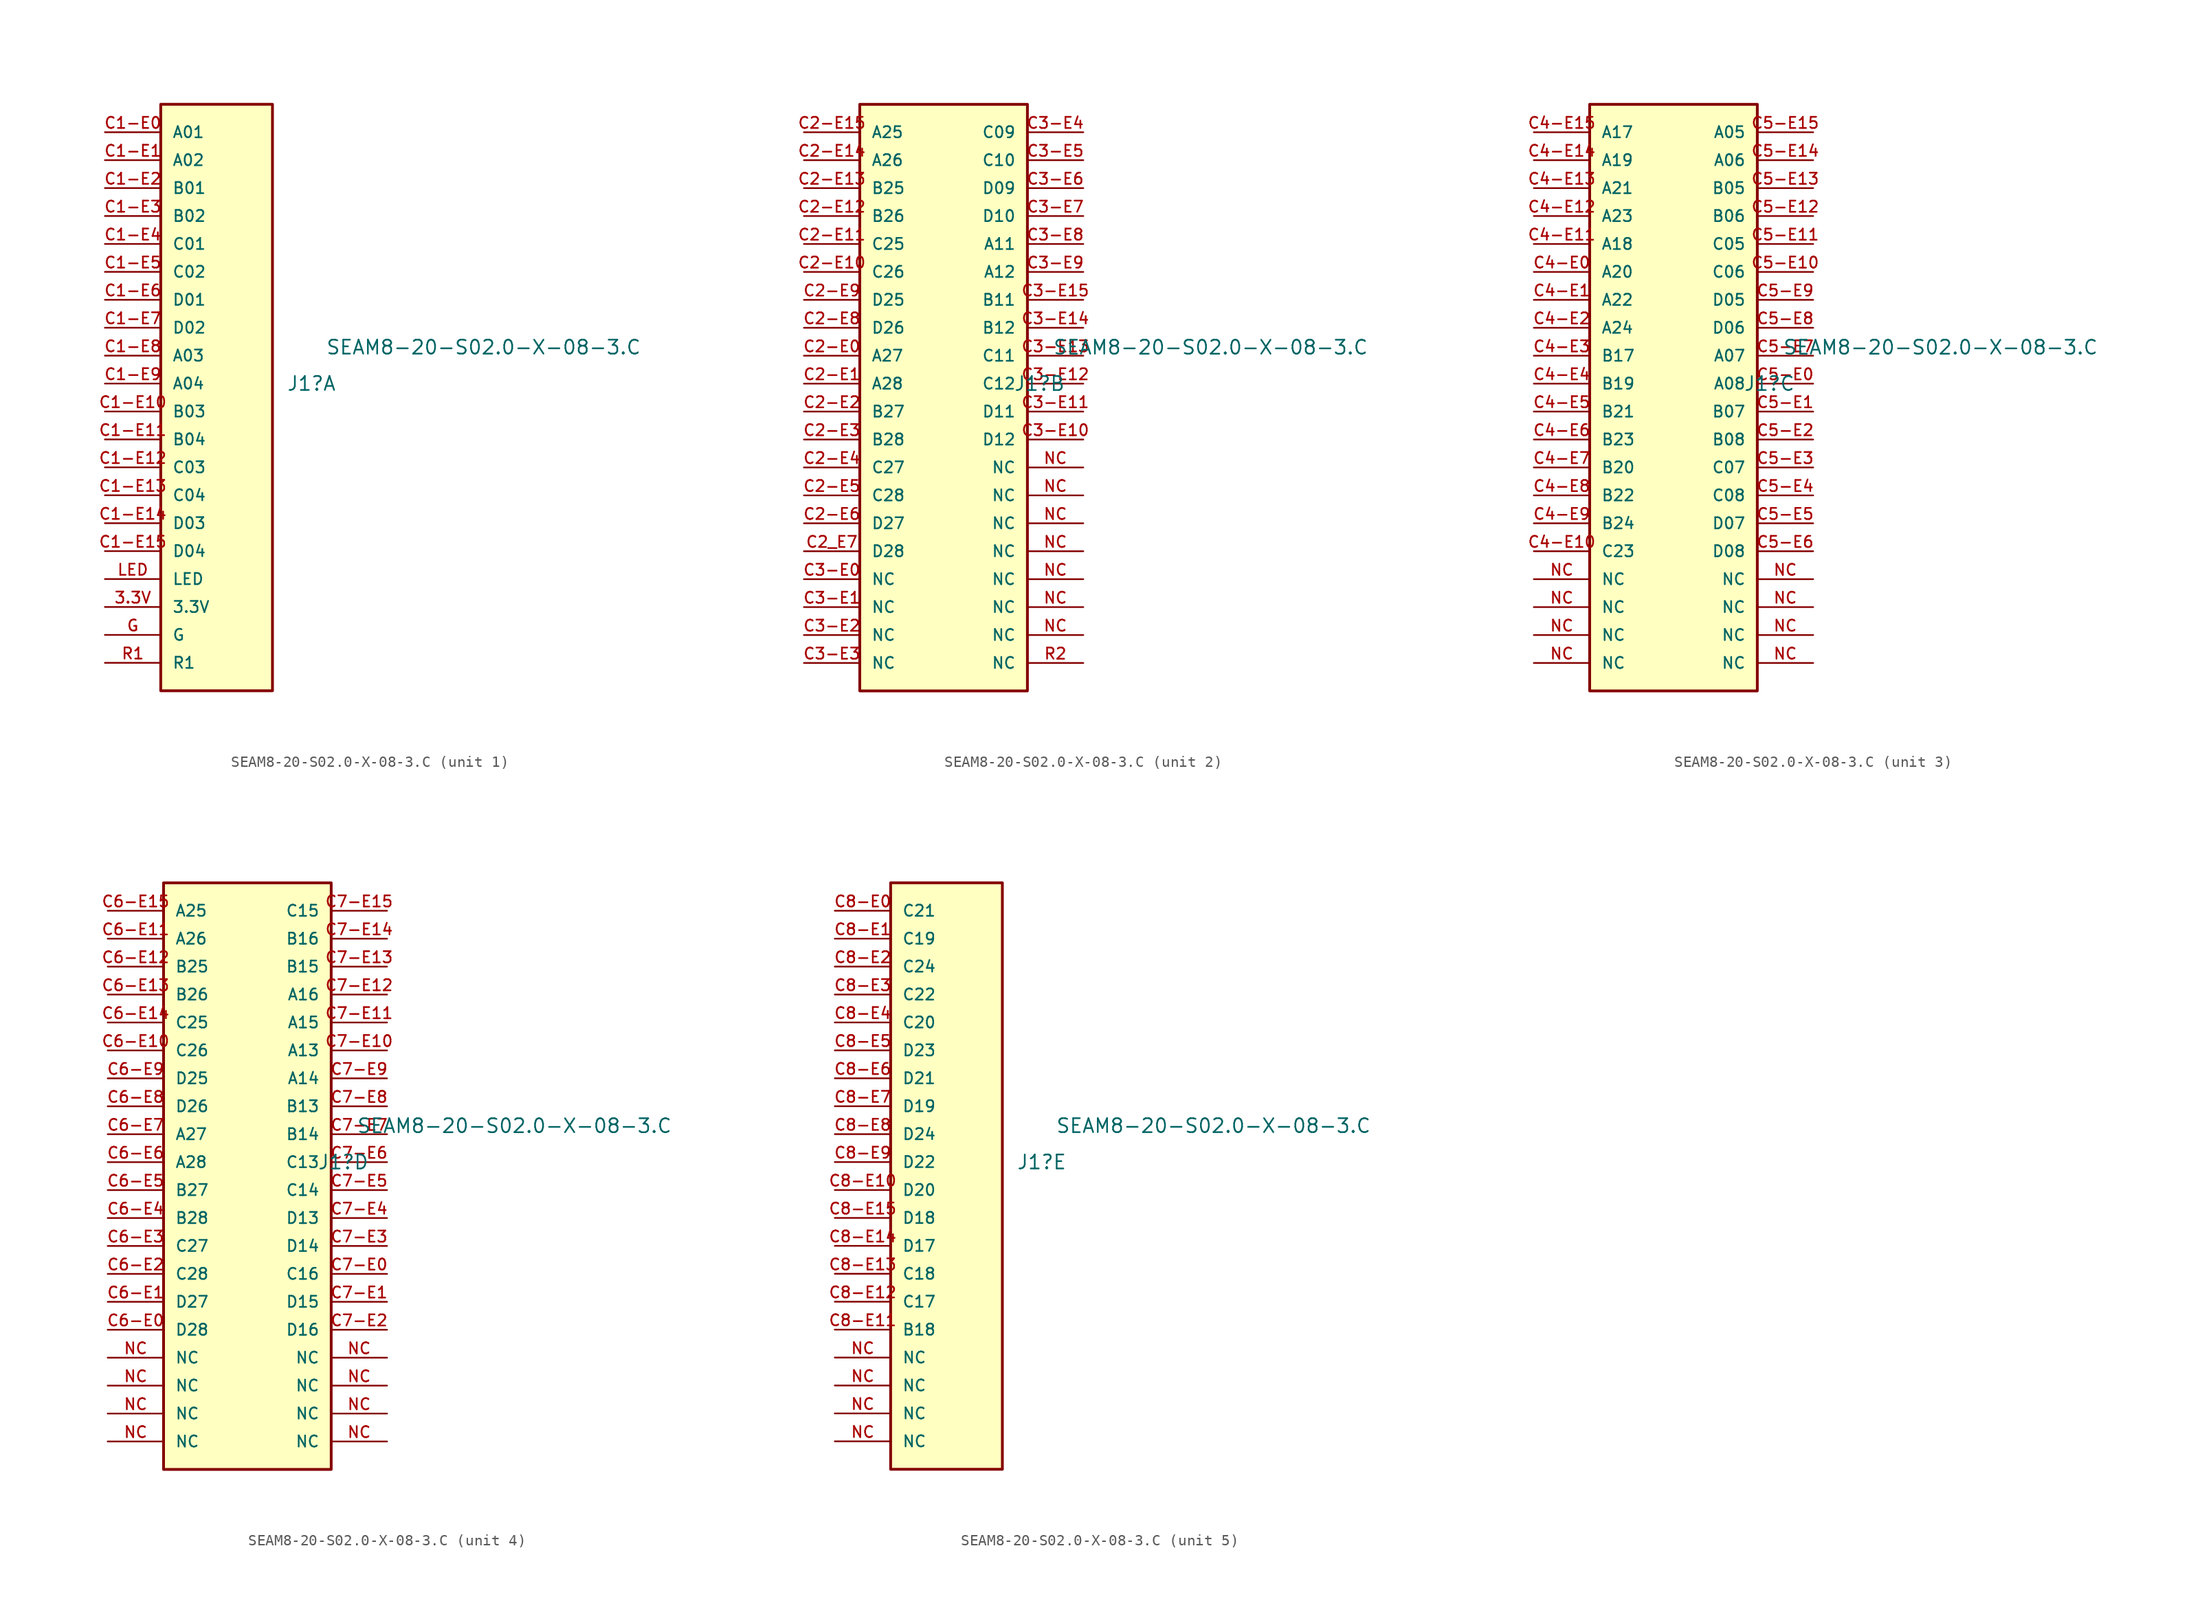
<source format=kicad_sym>
(kicad_symbol_lib
  (version 20241209)
  (generator "kicad_symbol_editor")
  (generator_version "9.0")
  (symbol "SEAM8-20-S02.0-X-08-3.C"
    (pin_names
      (offset 1.016))
    (property "Reference" "J1"
      (at 6.35 2.54 0)
      (effects (font (size 1.27 1.27)) (justify left)))
    (property "Value" "SEAM8-20-S02.0-X-08-3.C"
      (at 9.906 5.842 0)
      (effects (font (size 1.27 1.27)) (justify left)))
    (symbol "SEAM8-20-S02.0-X-08-3.C_1_0"
      (rectangle (start -5.08 27.94) (end 5.08 -25.4) (stroke (width 0.254) (type default)) (fill (type background)))
      (pin passive line (at -10.16 25.4 0) (length 5.08) (name "A01" (effects (font (size 1.016 1.016)))) (number "C1-E0" (effects (font (size 1.016 1.016)))))
      (pin passive line (at -10.16 22.86 0) (length 5.08) (name "A02" (effects (font (size 1.016 1.016)))) (number "C1-E1" (effects (font (size 1.016 1.016)))))
      (pin passive line (at -10.16 20.32 0) (length 5.08) (name "B01" (effects (font (size 1.016 1.016)))) (number "C1-E2" (effects (font (size 1.016 1.016)))))
      (pin passive line (at -10.16 17.78 0) (length 5.08) (name "B02" (effects (font (size 1.016 1.016)))) (number "C1-E3" (effects (font (size 1.016 1.016)))))
      (pin passive line (at -10.16 15.24 0) (length 5.08) (name "C01" (effects (font (size 1.016 1.016)))) (number "C1-E4" (effects (font (size 1.016 1.016)))))
      (pin passive line (at -10.16 12.7 0) (length 5.08) (name "C02" (effects (font (size 1.016 1.016)))) (number "C1-E5" (effects (font (size 1.016 1.016)))))
      (pin passive line (at -10.16 10.16 0) (length 5.08) (name "D01" (effects (font (size 1.016 1.016)))) (number "C1-E6" (effects (font (size 1.016 1.016)))))
      (pin passive line (at -10.16 7.62 0) (length 5.08) (name "D02" (effects (font (size 1.016 1.016)))) (number "C1-E7" (effects (font (size 1.016 1.016)))))
      (pin passive line (at -10.16 5.08 0) (length 5.08) (name "A03" (effects (font (size 1.016 1.016)))) (number "C1-E8" (effects (font (size 1.016 1.016)))))
      (pin passive line (at -10.16 2.54 0) (length 5.08) (name "A04" (effects (font (size 1.016 1.016)))) (number "C1-E9" (effects (font (size 1.016 1.016)))))
      (pin passive line (at -10.16 0 0) (length 5.08) (name "B03" (effects (font (size 1.016 1.016)))) (number "C1-E10" (effects (font (size 1.016 1.016)))))
      (pin passive line (at -10.16 -2.54 0) (length 5.08) (name "B04" (effects (font (size 1.016 1.016)))) (number "C1-E11" (effects (font (size 1.016 1.016)))))
      (pin passive line (at -10.16 -5.08 0) (length 5.08) (name "C03" (effects (font (size 1.016 1.016)))) (number "C1-E12" (effects (font (size 1.016 1.016)))))
      (pin passive line (at -10.16 -7.62 0) (length 5.08) (name "C04" (effects (font (size 1.016 1.016)))) (number "C1-E13" (effects (font (size 1.016 1.016)))))
      (pin passive line (at -10.16 -10.16 0) (length 5.08) (name "D03" (effects (font (size 1.016 1.016)))) (number "C1-E14" (effects (font (size 1.016 1.016)))))
      (pin passive line (at -10.16 -12.7 0) (length 5.08) (name "D04" (effects (font (size 1.016 1.016)))) (number "C1-E15" (effects (font (size 1.016 1.016)))))
      (pin passive line (at -10.16 -15.24 0) (length 5.08) (name "LED" (effects (font (size 1.016 1.016)))) (number "LED" (effects (font (size 1.016 1.016)))))
      (pin passive line (at -10.16 -17.78 0) (length 5.08) (name "3.3V" (effects (font (size 1.016 1.016)))) (number "3.3V" (effects (font (size 1.016 1.016)))))
      (pin passive line (at -10.16 -20.32 0) (length 5.08) (name "G" (effects (font (size 1.016 1.016)))) (number "G" (effects (font (size 1.016 1.016)))))
      (pin passive line (at -10.16 -22.86 0) (length 5.08) (name "R1" (effects (font (size 1.016 1.016)))) (number "R1" (effects (font (size 1.016 1.016))))))
    (symbol "SEAM8-20-S02.0-X-08-3.C_2_0"
      (rectangle (start -7.62 27.94) (end 7.62 -25.4) (stroke (width 0.254) (type default)) (fill (type background)))
      (pin passive line (at -12.7 25.4 0) (length 5.08) (name "A25" (effects (font (size 1.016 1.016)))) (number "C2-E15" (effects (font (size 1.016 1.016)))))
      (pin passive line (at -12.7 22.86 0) (length 5.08) (name "A26" (effects (font (size 1.016 1.016)))) (number "C2-E14" (effects (font (size 1.016 1.016)))))
      (pin passive line (at -12.7 20.32 0) (length 5.08) (name "B25" (effects (font (size 1.016 1.016)))) (number "C2-E13" (effects (font (size 1.016 1.016)))))
      (pin passive line (at -12.7 17.78 0) (length 5.08) (name "B26" (effects (font (size 1.016 1.016)))) (number "C2-E12" (effects (font (size 1.016 1.016)))))
      (pin passive line (at -12.7 15.24 0) (length 5.08) (name "C25" (effects (font (size 1.016 1.016)))) (number "C2-E11" (effects (font (size 1.016 1.016)))))
      (pin passive line (at -12.7 12.7 0) (length 5.08) (name "C26" (effects (font (size 1.016 1.016)))) (number "C2-E10" (effects (font (size 1.016 1.016)))))
      (pin passive line (at -12.7 10.16 0) (length 5.08) (name "D25" (effects (font (size 1.016 1.016)))) (number "C2-E9" (effects (font (size 1.016 1.016)))))
      (pin passive line (at -12.7 7.62 0) (length 5.08) (name "D26" (effects (font (size 1.016 1.016)))) (number "C2-E8" (effects (font (size 1.016 1.016)))))
      (pin passive line (at -12.7 5.08 0) (length 5.08) (name "A27" (effects (font (size 1.016 1.016)))) (number "C2-E0" (effects (font (size 1.016 1.016)))))
      (pin passive line (at -12.7 2.54 0) (length 5.08) (name "A28" (effects (font (size 1.016 1.016)))) (number "C2-E1" (effects (font (size 1.016 1.016)))))
      (pin passive line (at -12.7 0 0) (length 5.08) (name "B27" (effects (font (size 1.016 1.016)))) (number "C2-E2" (effects (font (size 1.016 1.016)))))
      (pin passive line (at -12.7 -2.54 0) (length 5.08) (name "B28" (effects (font (size 1.016 1.016)))) (number "C2-E3" (effects (font (size 1.016 1.016)))))
      (pin passive line (at -12.7 -5.08 0) (length 5.08) (name "C27" (effects (font (size 1.016 1.016)))) (number "C2-E4" (effects (font (size 1.016 1.016)))))
      (pin passive line (at -12.7 -7.62 0) (length 5.08) (name "C28" (effects (font (size 1.016 1.016)))) (number "C2-E5" (effects (font (size 1.016 1.016)))))
      (pin passive line (at -12.7 -10.16 0) (length 5.08) (name "D27" (effects (font (size 1.016 1.016)))) (number "C2-E6" (effects (font (size 1.016 1.016)))))
      (pin passive line (at -12.7 -12.7 0) (length 5.08) (name "D28" (effects (font (size 1.016 1.016)))) (number "C2_E7" (effects (font (size 1.016 1.016)))))
      (pin passive line (at -12.7 -15.24 0) (length 5.08) (name "NC" (effects (font (size 1.016 1.016)))) (number "C3-E0" (effects (font (size 1.016 1.016)))))
      (pin passive line (at -12.7 -17.78 0) (length 5.08) (name "NC" (effects (font (size 1.016 1.016)))) (number "C3-E1" (effects (font (size 1.016 1.016)))))
      (pin passive line (at -12.7 -20.32 0) (length 5.08) (name "NC" (effects (font (size 1.016 1.016)))) (number "C3-E2" (effects (font (size 1.016 1.016)))))
      (pin passive line (at -12.7 -22.86 0) (length 5.08) (name "NC" (effects (font (size 1.016 1.016)))) (number "C3-E3" (effects (font (size 1.016 1.016)))))
      (pin passive line (at 12.7 25.4 180) (length 5.08) (name "C09" (effects (font (size 1.016 1.016)))) (number "C3-E4" (effects (font (size 1.016 1.016)))))
      (pin passive line (at 12.7 22.86 180) (length 5.08) (name "C10" (effects (font (size 1.016 1.016)))) (number "C3-E5" (effects (font (size 1.016 1.016)))))
      (pin passive line (at 12.7 20.32 180) (length 5.08) (name "D09" (effects (font (size 1.016 1.016)))) (number "C3-E6" (effects (font (size 1.016 1.016)))))
      (pin passive line (at 12.7 17.78 180) (length 5.08) (name "D10" (effects (font (size 1.016 1.016)))) (number "C3-E7" (effects (font (size 1.016 1.016)))))
      (pin passive line (at 12.7 15.24 180) (length 5.08) (name "A11" (effects (font (size 1.016 1.016)))) (number "C3-E8" (effects (font (size 1.016 1.016)))))
      (pin passive line (at 12.7 12.7 180) (length 5.08) (name "A12" (effects (font (size 1.016 1.016)))) (number "C3-E9" (effects (font (size 1.016 1.016)))))
      (pin passive line (at 12.7 10.16 180) (length 5.08) (name "B11" (effects (font (size 1.016 1.016)))) (number "C3-E15" (effects (font (size 1.016 1.016)))))
      (pin passive line (at 12.7 7.62 180) (length 5.08) (name "B12" (effects (font (size 1.016 1.016)))) (number "C3-E14" (effects (font (size 1.016 1.016)))))
      (pin passive line (at 12.7 5.08 180) (length 5.08) (name "C11" (effects (font (size 1.016 1.016)))) (number "C3-E13" (effects (font (size 1.016 1.016)))))
      (pin passive line (at 12.7 2.54 180) (length 5.08) (name "C12" (effects (font (size 1.016 1.016)))) (number "C3-E12" (effects (font (size 1.016 1.016)))))
      (pin passive line (at 12.7 0 180) (length 5.08) (name "D11" (effects (font (size 1.016 1.016)))) (number "C3-E11" (effects (font (size 1.016 1.016)))))
      (pin passive line (at 12.7 -2.54 180) (length 5.08) (name "D12" (effects (font (size 1.016 1.016)))) (number "C3-E10" (effects (font (size 1.016 1.016)))))
      (pin passive line (at 12.7 -5.08 180) (length 5.08) (name "NC" (effects (font (size 1.016 1.016)))) (number "NC" (effects (font (size 1.016 1.016)))))
      (pin passive line (at 12.7 -7.62 180) (length 5.08) (name "NC" (effects (font (size 1.016 1.016)))) (number "NC" (effects (font (size 1.016 1.016)))))
      (pin passive line (at 12.7 -10.16 180) (length 5.08) (name "NC" (effects (font (size 1.016 1.016)))) (number "NC" (effects (font (size 1.016 1.016)))))
      (pin passive line (at 12.7 -12.7 180) (length 5.08) (name "NC" (effects (font (size 1.016 1.016)))) (number "NC" (effects (font (size 1.016 1.016)))))
      (pin passive line (at 12.7 -15.24 180) (length 5.08) (name "NC" (effects (font (size 1.016 1.016)))) (number "NC" (effects (font (size 1.016 1.016)))))
      (pin passive line (at 12.7 -17.78 180) (length 5.08) (name "NC" (effects (font (size 1.016 1.016)))) (number "NC" (effects (font (size 1.016 1.016)))))
      (pin passive line (at 12.7 -20.32 180) (length 5.08) (name "NC" (effects (font (size 1.016 1.016)))) (number "NC" (effects (font (size 1.016 1.016)))))
      (pin passive line (at 12.7 -22.86 180) (length 5.08) (name "NC" (effects (font (size 1.016 1.016)))) (number "R2" (effects (font (size 1.016 1.016))))))
    (symbol "SEAM8-20-S02.0-X-08-3.C_3_0"
      (rectangle (start -7.62 27.94) (end 7.62 -25.4) (stroke (width 0.254) (type default)) (fill (type background)))
      (pin passive line (at -12.7 25.4 0) (length 5.08) (name "A17" (effects (font (size 1.016 1.016)))) (number "C4-E15" (effects (font (size 1.016 1.016)))))
      (pin passive line (at -12.7 22.86 0) (length 5.08) (name "A19" (effects (font (size 1.016 1.016)))) (number "C4-E14" (effects (font (size 1.016 1.016)))))
      (pin passive line (at -12.7 20.32 0) (length 5.08) (name "A21" (effects (font (size 1.016 1.016)))) (number "C4-E13" (effects (font (size 1.016 1.016)))))
      (pin passive line (at -12.7 17.78 0) (length 5.08) (name "A23" (effects (font (size 1.016 1.016)))) (number "C4-E12" (effects (font (size 1.016 1.016)))))
      (pin passive line (at -12.7 15.24 0) (length 5.08) (name "A18" (effects (font (size 1.016 1.016)))) (number "C4-E11" (effects (font (size 1.016 1.016)))))
      (pin passive line (at -12.7 12.7 0) (length 5.08) (name "A20" (effects (font (size 1.016 1.016)))) (number "C4-E0" (effects (font (size 1.016 1.016)))))
      (pin passive line (at -12.7 10.16 0) (length 5.08) (name "A22" (effects (font (size 1.016 1.016)))) (number "C4-E1" (effects (font (size 1.016 1.016)))))
      (pin passive line (at -12.7 7.62 0) (length 5.08) (name "A24" (effects (font (size 1.016 1.016)))) (number "C4-E2" (effects (font (size 1.016 1.016)))))
      (pin passive line (at -12.7 5.08 0) (length 5.08) (name "B17" (effects (font (size 1.016 1.016)))) (number "C4-E3" (effects (font (size 1.016 1.016)))))
      (pin passive line (at -12.7 2.54 0) (length 5.08) (name "B19" (effects (font (size 1.016 1.016)))) (number "C4-E4" (effects (font (size 1.016 1.016)))))
      (pin passive line (at -12.7 0 0) (length 5.08) (name "B21" (effects (font (size 1.016 1.016)))) (number "C4-E5" (effects (font (size 1.016 1.016)))))
      (pin passive line (at -12.7 -2.54 0) (length 5.08) (name "B23" (effects (font (size 1.016 1.016)))) (number "C4-E6" (effects (font (size 1.016 1.016)))))
      (pin passive line (at -12.7 -5.08 0) (length 5.08) (name "B20" (effects (font (size 1.016 1.016)))) (number "C4-E7" (effects (font (size 1.016 1.016)))))
      (pin passive line (at -12.7 -7.62 0) (length 5.08) (name "B22" (effects (font (size 1.016 1.016)))) (number "C4-E8" (effects (font (size 1.016 1.016)))))
      (pin passive line (at -12.7 -10.16 0) (length 5.08) (name "B24" (effects (font (size 1.016 1.016)))) (number "C4-E9" (effects (font (size 1.016 1.016)))))
      (pin passive line (at -12.7 -12.7 0) (length 5.08) (name "C23" (effects (font (size 1.016 1.016)))) (number "C4-E10" (effects (font (size 1.016 1.016)))))
      (pin passive line (at -12.7 -15.24 0) (length 5.08) (name "NC" (effects (font (size 1.016 1.016)))) (number "NC" (effects (font (size 1.016 1.016)))))
      (pin passive line (at -12.7 -17.78 0) (length 5.08) (name "NC" (effects (font (size 1.016 1.016)))) (number "NC" (effects (font (size 1.016 1.016)))))
      (pin passive line (at -12.7 -20.32 0) (length 5.08) (name "NC" (effects (font (size 1.016 1.016)))) (number "NC" (effects (font (size 1.016 1.016)))))
      (pin passive line (at -12.7 -22.86 0) (length 5.08) (name "NC" (effects (font (size 1.016 1.016)))) (number "NC" (effects (font (size 1.016 1.016)))))
      (pin passive line (at 12.7 25.4 180) (length 5.08) (name "A05" (effects (font (size 1.016 1.016)))) (number "C5-E15" (effects (font (size 1.016 1.016)))))
      (pin passive line (at 12.7 22.86 180) (length 5.08) (name "A06" (effects (font (size 1.016 1.016)))) (number "C5-E14" (effects (font (size 1.016 1.016)))))
      (pin passive line (at 12.7 20.32 180) (length 5.08) (name "B05" (effects (font (size 1.016 1.016)))) (number "C5-E13" (effects (font (size 1.016 1.016)))))
      (pin passive line (at 12.7 17.78 180) (length 5.08) (name "B06" (effects (font (size 1.016 1.016)))) (number "C5-E12" (effects (font (size 1.016 1.016)))))
      (pin passive line (at 12.7 15.24 180) (length 5.08) (name "C05" (effects (font (size 1.016 1.016)))) (number "C5-E11" (effects (font (size 1.016 1.016)))))
      (pin passive line (at 12.7 12.7 180) (length 5.08) (name "C06" (effects (font (size 1.016 1.016)))) (number "C5-E10" (effects (font (size 1.016 1.016)))))
      (pin passive line (at 12.7 10.16 180) (length 5.08) (name "D05" (effects (font (size 1.016 1.016)))) (number "C5-E9" (effects (font (size 1.016 1.016)))))
      (pin passive line (at 12.7 7.62 180) (length 5.08) (name "D06" (effects (font (size 1.016 1.016)))) (number "C5-E8" (effects (font (size 1.016 1.016)))))
      (pin passive line (at 12.7 5.08 180) (length 5.08) (name "A07" (effects (font (size 1.016 1.016)))) (number "C5-E7" (effects (font (size 1.016 1.016)))))
      (pin passive line (at 12.7 2.54 180) (length 5.08) (name "A08" (effects (font (size 1.016 1.016)))) (number "C5-E0" (effects (font (size 1.016 1.016)))))
      (pin passive line (at 12.7 0 180) (length 5.08) (name "B07" (effects (font (size 1.016 1.016)))) (number "C5-E1" (effects (font (size 1.016 1.016)))))
      (pin passive line (at 12.7 -2.54 180) (length 5.08) (name "B08" (effects (font (size 1.016 1.016)))) (number "C5-E2" (effects (font (size 1.016 1.016)))))
      (pin passive line (at 12.7 -5.08 180) (length 5.08) (name "C07" (effects (font (size 1.016 1.016)))) (number "C5-E3" (effects (font (size 1.016 1.016)))))
      (pin passive line (at 12.7 -7.62 180) (length 5.08) (name "C08" (effects (font (size 1.016 1.016)))) (number "C5-E4" (effects (font (size 1.016 1.016)))))
      (pin passive line (at 12.7 -10.16 180) (length 5.08) (name "D07" (effects (font (size 1.016 1.016)))) (number "C5-E5" (effects (font (size 1.016 1.016)))))
      (pin passive line (at 12.7 -12.7 180) (length 5.08) (name "D08" (effects (font (size 1.016 1.016)))) (number "C5-E6" (effects (font (size 1.016 1.016)))))
      (pin passive line (at 12.7 -15.24 180) (length 5.08) (name "NC" (effects (font (size 1.016 1.016)))) (number "NC" (effects (font (size 1.016 1.016)))))
      (pin passive line (at 12.7 -17.78 180) (length 5.08) (name "NC" (effects (font (size 1.016 1.016)))) (number "NC" (effects (font (size 1.016 1.016)))))
      (pin passive line (at 12.7 -20.32 180) (length 5.08) (name "NC" (effects (font (size 1.016 1.016)))) (number "NC" (effects (font (size 1.016 1.016)))))
      (pin passive line (at 12.7 -22.86 180) (length 5.08) (name "NC" (effects (font (size 1.016 1.016)))) (number "NC" (effects (font (size 1.016 1.016))))))
    (symbol "SEAM8-20-S02.0-X-08-3.C_4_0"
      (rectangle (start -7.62 27.94) (end 7.62 -25.4) (stroke (width 0.254) (type default)) (fill (type background)))
      (pin passive line (at -12.7 25.4 0) (length 5.08) (name "A25" (effects (font (size 1.016 1.016)))) (number "C6-E15" (effects (font (size 1.016 1.016)))))
      (pin passive line (at -12.7 22.86 0) (length 5.08) (name "A26" (effects (font (size 1.016 1.016)))) (number "C6-E11" (effects (font (size 1.016 1.016)))))
      (pin passive line (at -12.7 20.32 0) (length 5.08) (name "B25" (effects (font (size 1.016 1.016)))) (number "C6-E12" (effects (font (size 1.016 1.016)))))
      (pin passive line (at -12.7 17.78 0) (length 5.08) (name "B26" (effects (font (size 1.016 1.016)))) (number "C6-E13" (effects (font (size 1.016 1.016)))))
      (pin passive line (at -12.7 15.24 0) (length 5.08) (name "C25" (effects (font (size 1.016 1.016)))) (number "C6-E14" (effects (font (size 1.016 1.016)))))
      (pin passive line (at -12.7 12.7 0) (length 5.08) (name "C26" (effects (font (size 1.016 1.016)))) (number "C6-E10" (effects (font (size 1.016 1.016)))))
      (pin passive line (at -12.7 10.16 0) (length 5.08) (name "D25" (effects (font (size 1.016 1.016)))) (number "C6-E9" (effects (font (size 1.016 1.016)))))
      (pin passive line (at -12.7 7.62 0) (length 5.08) (name "D26" (effects (font (size 1.016 1.016)))) (number "C6-E8" (effects (font (size 1.016 1.016)))))
      (pin passive line (at -12.7 5.08 0) (length 5.08) (name "A27" (effects (font (size 1.016 1.016)))) (number "C6-E7" (effects (font (size 1.016 1.016)))))
      (pin passive line (at -12.7 2.54 0) (length 5.08) (name "A28" (effects (font (size 1.016 1.016)))) (number "C6-E6" (effects (font (size 1.016 1.016)))))
      (pin passive line (at -12.7 0 0) (length 5.08) (name "B27" (effects (font (size 1.016 1.016)))) (number "C6-E5" (effects (font (size 1.016 1.016)))))
      (pin passive line (at -12.7 -2.54 0) (length 5.08) (name "B28" (effects (font (size 1.016 1.016)))) (number "C6-E4" (effects (font (size 1.016 1.016)))))
      (pin passive line (at -12.7 -5.08 0) (length 5.08) (name "C27" (effects (font (size 1.016 1.016)))) (number "C6-E3" (effects (font (size 1.016 1.016)))))
      (pin passive line (at -12.7 -7.62 0) (length 5.08) (name "C28" (effects (font (size 1.016 1.016)))) (number "C6-E2" (effects (font (size 1.016 1.016)))))
      (pin passive line (at -12.7 -10.16 0) (length 5.08) (name "D27" (effects (font (size 1.016 1.016)))) (number "C6-E1" (effects (font (size 1.016 1.016)))))
      (pin passive line (at -12.7 -12.7 0) (length 5.08) (name "D28" (effects (font (size 1.016 1.016)))) (number "C6-E0" (effects (font (size 1.016 1.016)))))
      (pin passive line (at -12.7 -15.24 0) (length 5.08) (name "NC" (effects (font (size 1.016 1.016)))) (number "NC" (effects (font (size 1.016 1.016)))))
      (pin passive line (at -12.7 -17.78 0) (length 5.08) (name "NC" (effects (font (size 1.016 1.016)))) (number "NC" (effects (font (size 1.016 1.016)))))
      (pin passive line (at -12.7 -20.32 0) (length 5.08) (name "NC" (effects (font (size 1.016 1.016)))) (number "NC" (effects (font (size 1.016 1.016)))))
      (pin passive line (at -12.7 -22.86 0) (length 5.08) (name "NC" (effects (font (size 1.016 1.016)))) (number "NC" (effects (font (size 1.016 1.016)))))
      (pin passive line (at 12.7 25.4 180) (length 5.08) (name "C15" (effects (font (size 1.016 1.016)))) (number "C7-E15" (effects (font (size 1.016 1.016)))))
      (pin passive line (at 12.7 22.86 180) (length 5.08) (name "B16" (effects (font (size 1.016 1.016)))) (number "C7-E14" (effects (font (size 1.016 1.016)))))
      (pin passive line (at 12.7 20.32 180) (length 5.08) (name "B15" (effects (font (size 1.016 1.016)))) (number "C7-E13" (effects (font (size 1.016 1.016)))))
      (pin passive line (at 12.7 17.78 180) (length 5.08) (name "A16" (effects (font (size 1.016 1.016)))) (number "C7-E12" (effects (font (size 1.016 1.016)))))
      (pin passive line (at 12.7 15.24 180) (length 5.08) (name "A15" (effects (font (size 1.016 1.016)))) (number "C7-E11" (effects (font (size 1.016 1.016)))))
      (pin passive line (at 12.7 12.7 180) (length 5.08) (name "A13" (effects (font (size 1.016 1.016)))) (number "C7-E10" (effects (font (size 1.016 1.016)))))
      (pin passive line (at 12.7 10.16 180) (length 5.08) (name "A14" (effects (font (size 1.016 1.016)))) (number "C7-E9" (effects (font (size 1.016 1.016)))))
      (pin passive line (at 12.7 7.62 180) (length 5.08) (name "B13" (effects (font (size 1.016 1.016)))) (number "C7-E8" (effects (font (size 1.016 1.016)))))
      (pin passive line (at 12.7 5.08 180) (length 5.08) (name "B14" (effects (font (size 1.016 1.016)))) (number "C7-E7" (effects (font (size 1.016 1.016)))))
      (pin passive line (at 12.7 2.54 180) (length 5.08) (name "C13" (effects (font (size 1.016 1.016)))) (number "C7-E6" (effects (font (size 1.016 1.016)))))
      (pin passive line (at 12.7 0 180) (length 5.08) (name "C14" (effects (font (size 1.016 1.016)))) (number "C7-E5" (effects (font (size 1.016 1.016)))))
      (pin passive line (at 12.7 -2.54 180) (length 5.08) (name "D13" (effects (font (size 1.016 1.016)))) (number "C7-E4" (effects (font (size 1.016 1.016)))))
      (pin passive line (at 12.7 -5.08 180) (length 5.08) (name "D14" (effects (font (size 1.016 1.016)))) (number "C7-E3" (effects (font (size 1.016 1.016)))))
      (pin passive line (at 12.7 -7.62 180) (length 5.08) (name "C16" (effects (font (size 1.016 1.016)))) (number "C7-E0" (effects (font (size 1.016 1.016)))))
      (pin passive line (at 12.7 -10.16 180) (length 5.08) (name "D15" (effects (font (size 1.016 1.016)))) (number "C7-E1" (effects (font (size 1.016 1.016)))))
      (pin passive line (at 12.7 -12.7 180) (length 5.08) (name "D16" (effects (font (size 1.016 1.016)))) (number "C7-E2" (effects (font (size 1.016 1.016)))))
      (pin passive line (at 12.7 -15.24 180) (length 5.08) (name "NC" (effects (font (size 1.016 1.016)))) (number "NC" (effects (font (size 1.016 1.016)))))
      (pin passive line (at 12.7 -17.78 180) (length 5.08) (name "NC" (effects (font (size 1.016 1.016)))) (number "NC" (effects (font (size 1.016 1.016)))))
      (pin passive line (at 12.7 -20.32 180) (length 5.08) (name "NC" (effects (font (size 1.016 1.016)))) (number "NC" (effects (font (size 1.016 1.016)))))
      (pin passive line (at 12.7 -22.86 180) (length 5.08) (name "NC" (effects (font (size 1.016 1.016)))) (number "NC" (effects (font (size 1.016 1.016))))))
    (symbol "SEAM8-20-S02.0-X-08-3.C_5_0"
      (rectangle (start -5.08 -25.4) (end 5.08 27.94) (stroke (width 0.254) (type default)) (fill (type background)))
      (pin passive line (at -10.16 25.4 0) (length 5.08) (name "C21" (effects (font (size 1.016 1.016)))) (number "C8-E0" (effects (font (size 1.016 1.016)))))
      (pin passive line (at -10.16 22.86 0) (length 5.08) (name "C19" (effects (font (size 1.016 1.016)))) (number "C8-E1" (effects (font (size 1.016 1.016)))))
      (pin passive line (at -10.16 20.32 0) (length 5.08) (name "C24" (effects (font (size 1.016 1.016)))) (number "C8-E2" (effects (font (size 1.016 1.016)))))
      (pin passive line (at -10.16 17.78 0) (length 5.08) (name "C22" (effects (font (size 1.016 1.016)))) (number "C8-E3" (effects (font (size 1.016 1.016)))))
      (pin passive line (at -10.16 15.24 0) (length 5.08) (name "C20" (effects (font (size 1.016 1.016)))) (number "C8-E4" (effects (font (size 1.016 1.016)))))
      (pin passive line (at -10.16 12.7 0) (length 5.08) (name "D23" (effects (font (size 1.016 1.016)))) (number "C8-E5" (effects (font (size 1.016 1.016)))))
      (pin passive line (at -10.16 10.16 0) (length 5.08) (name "D21" (effects (font (size 1.016 1.016)))) (number "C8-E6" (effects (font (size 1.016 1.016)))))
      (pin passive line (at -10.16 7.62 0) (length 5.08) (name "D19" (effects (font (size 1.016 1.016)))) (number "C8-E7" (effects (font (size 1.016 1.016)))))
      (pin passive line (at -10.16 5.08 0) (length 5.08) (name "D24" (effects (font (size 1.016 1.016)))) (number "C8-E8" (effects (font (size 1.016 1.016)))))
      (pin passive line (at -10.16 2.54 0) (length 5.08) (name "D22" (effects (font (size 1.016 1.016)))) (number "C8-E9" (effects (font (size 1.016 1.016)))))
      (pin passive line (at -10.16 0 0) (length 5.08) (name "D20" (effects (font (size 1.016 1.016)))) (number "C8-E10" (effects (font (size 1.016 1.016)))))
      (pin passive line (at -10.16 -2.54 0) (length 5.08) (name "D18" (effects (font (size 1.016 1.016)))) (number "C8-E15" (effects (font (size 1.016 1.016)))))
      (pin passive line (at -10.16 -5.08 0) (length 5.08) (name "D17" (effects (font (size 1.016 1.016)))) (number "C8-E14" (effects (font (size 1.016 1.016)))))
      (pin passive line (at -10.16 -7.62 0) (length 5.08) (name "C18" (effects (font (size 1.016 1.016)))) (number "C8-E13" (effects (font (size 1.016 1.016)))))
      (pin passive line (at -10.16 -10.16 0) (length 5.08) (name "C17" (effects (font (size 1.016 1.016)))) (number "C8-E12" (effects (font (size 1.016 1.016)))))
      (pin passive line (at -10.16 -12.7 0) (length 5.08) (name "B18" (effects (font (size 1.016 1.016)))) (number "C8-E11" (effects (font (size 1.016 1.016)))))
      (pin passive line (at -10.16 -15.24 0) (length 5.08) (name "NC" (effects (font (size 1.016 1.016)))) (number "NC" (effects (font (size 1.016 1.016)))))
      (pin passive line (at -10.16 -17.78 0) (length 5.08) (name "NC" (effects (font (size 1.016 1.016)))) (number "NC" (effects (font (size 1.016 1.016)))))
      (pin passive line (at -10.16 -20.32 0) (length 5.08) (name "NC" (effects (font (size 1.016 1.016)))) (number "NC" (effects (font (size 1.016 1.016)))))
      (pin passive line (at -10.16 -22.86 0) (length 5.08) (name "NC" (effects (font (size 1.016 1.016)))) (number "NC" (effects (font (size 1.016 1.016))))))))
</source>
